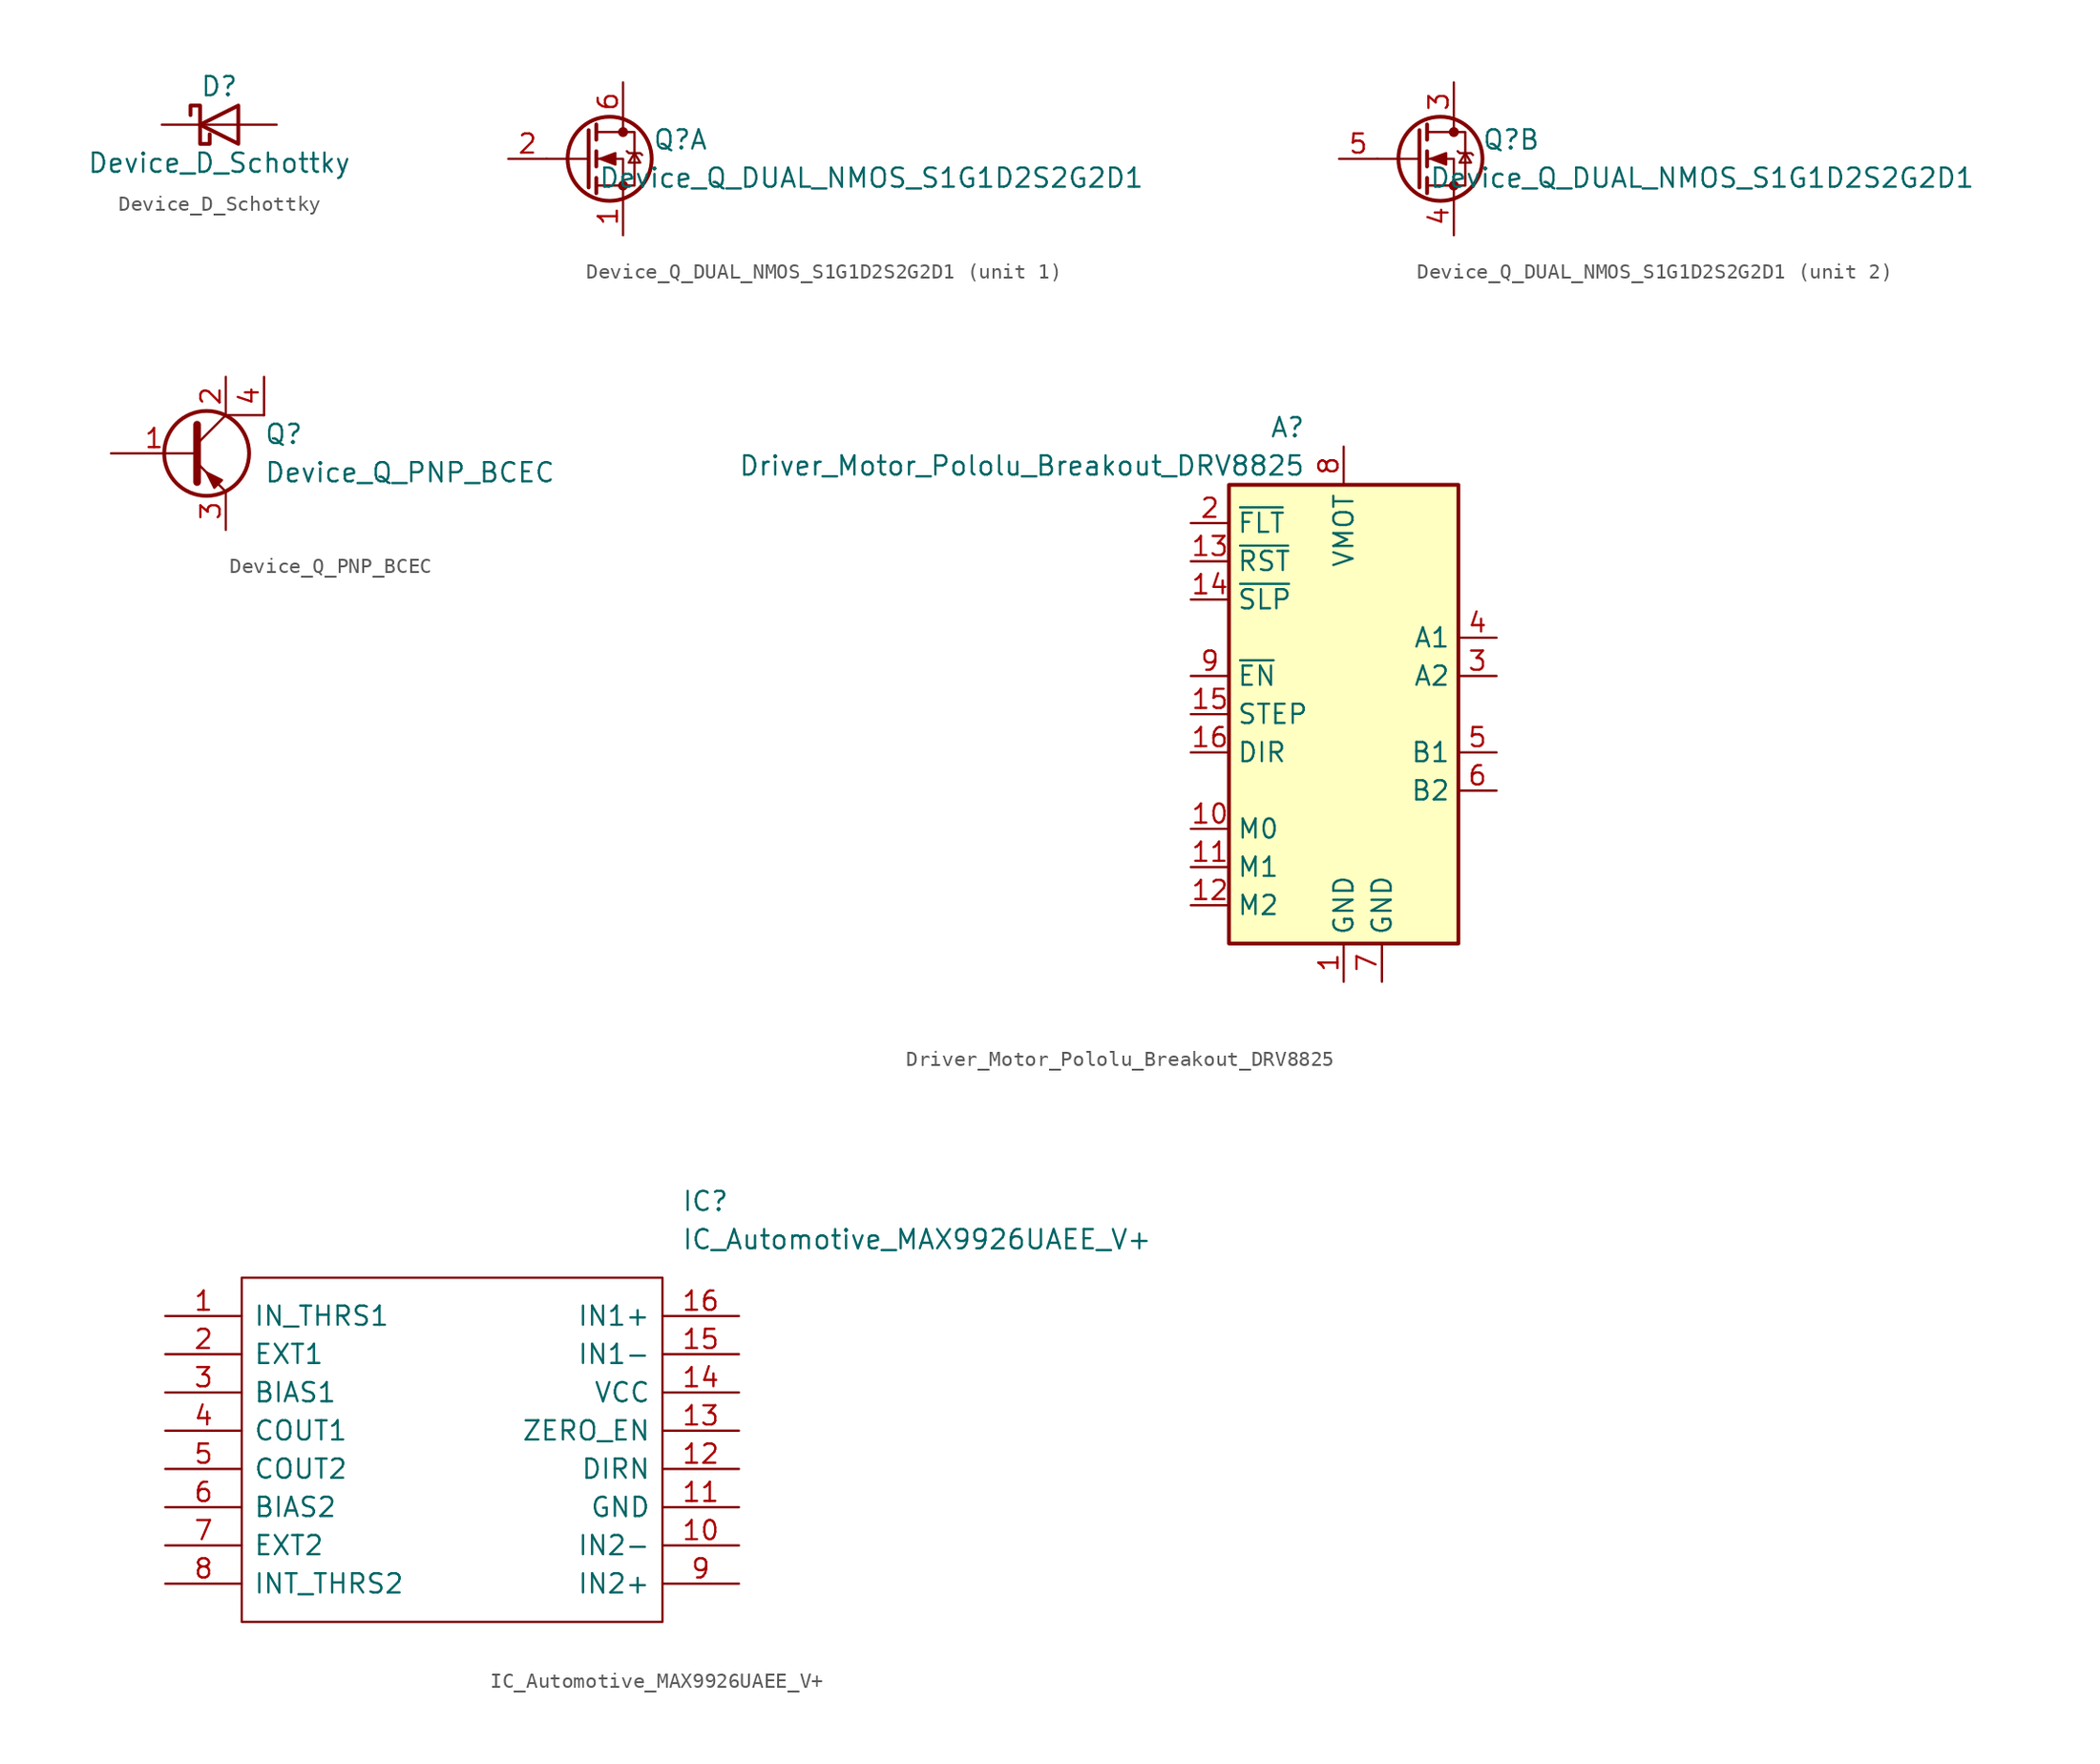
<source format=kicad_sym>
(kicad_symbol_lib
  (version 20241209)
  (generator "kicad_symbol_editor")
  (generator_version "9.0")
  (symbol "Device_D_Schottky"
    (pin_numbers
      (hide yes))
    (pin_names
      (offset 1.016)
      (hide yes))
    (property "Reference" "D"
      (at 0 2.54 0)
      (effects (font (size 1.27 1.27))))
    (property "Value" "Device_D_Schottky"
      (at 0 -2.54 0)
      (effects (font (size 1.27 1.27))))
    (symbol "Device_D_Schottky_0_1"
      (polyline (pts (xy -1.905 0.635) (xy -1.905 1.27) (xy -1.27 1.27) (xy -1.27 -1.27) (xy -0.635 -1.27) (xy -0.635 -0.635)) (stroke (width 0.254) (type solid)) (fill (type none)))
      (polyline (pts (xy 1.27 1.27) (xy 1.27 -1.27) (xy -1.27 0) (xy 1.27 1.27)) (stroke (width 0.254) (type solid)) (fill (type none)))
      (polyline (pts (xy 1.27 0) (xy -1.27 0)) (stroke (width 0) (type solid)) (fill (type none))))
    (symbol "Device_D_Schottky_1_1"
      (pin passive line (at -3.81 0 0) (length 2.54) (name "K" (effects (font (size 1.27 1.27)))) (number "1" (effects (font (size 1.27 1.27)))))
      (pin passive line (at 3.81 0 180) (length 2.54) (name "A" (effects (font (size 1.27 1.27)))) (number "2" (effects (font (size 1.27 1.27)))))))
  (symbol "Device_Q_DUAL_NMOS_S1G1D2S2G2D1"
    (pin_names
      (offset 0)
      (hide yes))
    (property "Reference" "Q"
      (at 6.35 1.27 0)
      (effects (font (size 1.27 1.27))))
    (property "Value" "Device_Q_DUAL_NMOS_S1G1D2S2G2D1"
      (at 19.05 -1.27 0)
      (effects (font (size 1.27 1.27))))
    (symbol "Device_Q_DUAL_NMOS_S1G1D2S2G2D1_0_1"
      (polyline (pts (xy 0.254 1.905) (xy 0.254 -1.905)) (stroke (width 0.254) (type solid)) (fill (type none)))
      (polyline (pts (xy 0.254 0) (xy -2.54 0)) (stroke (width 0) (type solid)) (fill (type none)))
      (polyline (pts (xy 0.762 2.286) (xy 0.762 1.27)) (stroke (width 0.254) (type solid)) (fill (type none)))
      (polyline (pts (xy 0.762 0.508) (xy 0.762 -0.508)) (stroke (width 0.254) (type solid)) (fill (type none)))
      (polyline (pts (xy 0.762 -1.27) (xy 0.762 -2.286)) (stroke (width 0.254) (type solid)) (fill (type none)))
      (polyline (pts (xy 0.762 -1.778) (xy 3.302 -1.778) (xy 3.302 1.778) (xy 0.762 1.778)) (stroke (width 0) (type solid)) (fill (type none)))
      (polyline (pts (xy 1.016 0) (xy 2.032 0.381) (xy 2.032 -0.381) (xy 1.016 0)) (stroke (width 0) (type solid)) (fill (type outline)))
      (circle (center 1.651 0) (radius 2.794) (stroke (width 0.254) (type solid)) (fill (type none)))
      (polyline (pts (xy 2.54 2.54) (xy 2.54 1.778)) (stroke (width 0) (type solid)) (fill (type none)))
      (circle (center 2.54 1.778) (radius 0.254) (stroke (width 0) (type solid)) (fill (type outline)))
      (circle (center 2.54 -1.778) (radius 0.254) (stroke (width 0) (type solid)) (fill (type outline)))
      (polyline (pts (xy 2.54 -2.54) (xy 2.54 0) (xy 0.762 0)) (stroke (width 0) (type solid)) (fill (type none)))
      (polyline (pts (xy 2.794 0.508) (xy 2.921 0.381) (xy 3.683 0.381) (xy 3.81 0.254)) (stroke (width 0) (type solid)) (fill (type none)))
      (polyline (pts (xy 3.302 0.381) (xy 2.921 -0.254) (xy 3.683 -0.254) (xy 3.302 0.381)) (stroke (width 0) (type solid)) (fill (type none))))
    (symbol "Device_Q_DUAL_NMOS_S1G1D2S2G2D1_1_1"
      (pin input line (at -5.08 0 0) (length 2.54) (name "G" (effects (font (size 1.27 1.27)))) (number "2" (effects (font (size 1.27 1.27)))))
      (pin passive line (at 2.54 5.08 270) (length 2.54) (name "D" (effects (font (size 1.27 1.27)))) (number "6" (effects (font (size 1.27 1.27)))))
      (pin passive line (at 2.54 -5.08 90) (length 2.54) (name "S" (effects (font (size 1.27 1.27)))) (number "1" (effects (font (size 1.27 1.27))))))
    (symbol "Device_Q_DUAL_NMOS_S1G1D2S2G2D1_2_1"
      (pin input line (at -5.08 0 0) (length 2.54) (name "G" (effects (font (size 1.27 1.27)))) (number "5" (effects (font (size 1.27 1.27)))))
      (pin passive line (at 2.54 5.08 270) (length 2.54) (name "D" (effects (font (size 1.27 1.27)))) (number "3" (effects (font (size 1.27 1.27)))))
      (pin passive line (at 2.54 -5.08 90) (length 2.54) (name "S" (effects (font (size 1.27 1.27)))) (number "4" (effects (font (size 1.27 1.27)))))))
  (symbol "Device_Q_PNP_BCEC"
    (pin_names
      (offset 0)
      (hide yes))
    (property "Reference" "Q"
      (at 5.08 1.27 0)
      (effects (font (size 1.27 1.27)) (justify left)))
    (property "Value" "Device_Q_PNP_BCEC"
      (at 5.08 -1.27 0)
      (effects (font (size 1.27 1.27)) (justify left)))
    (symbol "Device_Q_PNP_BCEC_0_1"
      (polyline (pts (xy 0.635 1.905) (xy 0.635 -1.905) (xy 0.635 -1.905)) (stroke (width 0.508) (type solid)) (fill (type none)))
      (polyline (pts (xy 0.635 0.635) (xy 2.54 2.54)) (stroke (width 0) (type solid)) (fill (type none)))
      (polyline (pts (xy 0.635 -0.635) (xy 2.54 -2.54) (xy 2.54 -2.54)) (stroke (width 0) (type solid)) (fill (type none)))
      (circle (center 1.27 0) (radius 2.819) (stroke (width 0.254) (type solid)) (fill (type none)))
      (polyline (pts (xy 2.286 -1.778) (xy 1.778 -2.286) (xy 1.27 -1.27) (xy 2.286 -1.778) (xy 2.286 -1.778)) (stroke (width 0) (type solid)) (fill (type outline)))
      (polyline (pts (xy 5.08 2.54) (xy 2.54 2.54)) (stroke (width 0) (type solid)) (fill (type none))))
    (symbol "Device_Q_PNP_BCEC_1_1"
      (pin input line (at -5.08 0 0) (length 5.715) (name "B" (effects (font (size 1.27 1.27)))) (number "1" (effects (font (size 1.27 1.27)))))
      (pin passive line (at 2.54 5.08 270) (length 2.54) (name "C" (effects (font (size 1.27 1.27)))) (number "2" (effects (font (size 1.27 1.27)))))
      (pin passive line (at 2.54 -5.08 90) (length 2.54) (name "E" (effects (font (size 1.27 1.27)))) (number "3" (effects (font (size 1.27 1.27)))))
      (pin passive line (at 5.08 5.08 270) (length 2.54) (name "C" (effects (font (size 1.27 1.27)))) (number "4" (effects (font (size 1.27 1.27)))))))
  (symbol "Driver_Motor_Pololu_Breakout_DRV8825"
    (property "Reference" "A"
      (at -2.54 16.51 0)
      (effects (font (size 1.27 1.27)) (justify right)))
    (property "Value" "Driver_Motor_Pololu_Breakout_DRV8825"
      (at -2.54 13.97 0)
      (effects (font (size 1.27 1.27)) (justify right)))
    (symbol "Driver_Motor_Pololu_Breakout_DRV8825_0_1"
      (rectangle (start 7.62 -17.78) (end -7.62 12.7) (stroke (width 0.254) (type solid)) (fill (type background))))
    (symbol "Driver_Motor_Pololu_Breakout_DRV8825_1_1"
      (pin output line (at -10.16 10.16 0) (length 2.54) (name "~{FLT}" (effects (font (size 1.27 1.27)))) (number "2" (effects (font (size 1.27 1.27)))))
      (pin input line (at -10.16 7.62 0) (length 2.54) (name "~{RST}" (effects (font (size 1.27 1.27)))) (number "13" (effects (font (size 1.27 1.27)))))
      (pin input line (at -10.16 5.08 0) (length 2.54) (name "~{SLP}" (effects (font (size 1.27 1.27)))) (number "14" (effects (font (size 1.27 1.27)))))
      (pin input line (at -10.16 0 0) (length 2.54) (name "~{EN}" (effects (font (size 1.27 1.27)))) (number "9" (effects (font (size 1.27 1.27)))))
      (pin input line (at -10.16 -2.54 0) (length 2.54) (name "STEP" (effects (font (size 1.27 1.27)))) (number "15" (effects (font (size 1.27 1.27)))))
      (pin input line (at -10.16 -5.08 0) (length 2.54) (name "DIR" (effects (font (size 1.27 1.27)))) (number "16" (effects (font (size 1.27 1.27)))))
      (pin input line (at -10.16 -10.16 0) (length 2.54) (name "M0" (effects (font (size 1.27 1.27)))) (number "10" (effects (font (size 1.27 1.27)))))
      (pin input line (at -10.16 -12.7 0) (length 2.54) (name "M1" (effects (font (size 1.27 1.27)))) (number "11" (effects (font (size 1.27 1.27)))))
      (pin input line (at -10.16 -15.24 0) (length 2.54) (name "M2" (effects (font (size 1.27 1.27)))) (number "12" (effects (font (size 1.27 1.27)))))
      (pin power_in line (at 0 15.24 270) (length 2.54) (name "VMOT" (effects (font (size 1.27 1.27)))) (number "8" (effects (font (size 1.27 1.27)))))
      (pin power_in line (at 0 -20.32 90) (length 2.54) (name "GND" (effects (font (size 1.27 1.27)))) (number "1" (effects (font (size 1.27 1.27)))))
      (pin power_in line (at 2.54 -20.32 90) (length 2.54) (name "GND" (effects (font (size 1.27 1.27)))) (number "7" (effects (font (size 1.27 1.27)))))
      (pin output line (at 10.16 2.54 180) (length 2.54) (name "A1" (effects (font (size 1.27 1.27)))) (number "4" (effects (font (size 1.27 1.27)))))
      (pin output line (at 10.16 0 180) (length 2.54) (name "A2" (effects (font (size 1.27 1.27)))) (number "3" (effects (font (size 1.27 1.27)))))
      (pin output line (at 10.16 -5.08 180) (length 2.54) (name "B1" (effects (font (size 1.27 1.27)))) (number "5" (effects (font (size 1.27 1.27)))))
      (pin output line (at 10.16 -7.62 180) (length 2.54) (name "B2" (effects (font (size 1.27 1.27)))) (number "6" (effects (font (size 1.27 1.27)))))))
  (symbol "IC_Automotive_MAX9926UAEE_V+"
    (pin_names
      (offset 0.762))
    (property "Reference" "IC"
      (at 34.29 7.62 0)
      (effects (font (size 1.27 1.27)) (justify left)))
    (property "Value" "IC_Automotive_MAX9926UAEE_V+"
      (at 34.29 5.08 0)
      (effects (font (size 1.27 1.27)) (justify left)))
    (symbol "IC_Automotive_MAX9926UAEE_V+_0_0"
      (pin input line (at 0 0 0) (length 5.08) (name "IN_THRS1" (effects (font (size 1.27 1.27)))) (number "1" (effects (font (size 1.27 1.27)))))
      (pin input line (at 0 -2.54 0) (length 5.08) (name "EXT1" (effects (font (size 1.27 1.27)))) (number "2" (effects (font (size 1.27 1.27)))))
      (pin input line (at 0 -5.08 0) (length 5.08) (name "BIAS1" (effects (font (size 1.27 1.27)))) (number "3" (effects (font (size 1.27 1.27)))))
      (pin output line (at 0 -7.62 0) (length 5.08) (name "COUT1" (effects (font (size 1.27 1.27)))) (number "4" (effects (font (size 1.27 1.27)))))
      (pin output line (at 0 -10.16 0) (length 5.08) (name "COUT2" (effects (font (size 1.27 1.27)))) (number "5" (effects (font (size 1.27 1.27)))))
      (pin input line (at 0 -12.7 0) (length 5.08) (name "BIAS2" (effects (font (size 1.27 1.27)))) (number "6" (effects (font (size 1.27 1.27)))))
      (pin input line (at 0 -15.24 0) (length 5.08) (name "EXT2" (effects (font (size 1.27 1.27)))) (number "7" (effects (font (size 1.27 1.27)))))
      (pin input line (at 0 -17.78 0) (length 5.08) (name "INT_THRS2" (effects (font (size 1.27 1.27)))) (number "8" (effects (font (size 1.27 1.27)))))
      (pin input line (at 38.1 0 180) (length 5.08) (name "IN1+" (effects (font (size 1.27 1.27)))) (number "16" (effects (font (size 1.27 1.27)))))
      (pin input line (at 38.1 -2.54 180) (length 5.08) (name "IN1-" (effects (font (size 1.27 1.27)))) (number "15" (effects (font (size 1.27 1.27)))))
      (pin power_in line (at 38.1 -5.08 180) (length 5.08) (name "VCC" (effects (font (size 1.27 1.27)))) (number "14" (effects (font (size 1.27 1.27)))))
      (pin input line (at 38.1 -7.62 180) (length 5.08) (name "ZERO_EN" (effects (font (size 1.27 1.27)))) (number "13" (effects (font (size 1.27 1.27)))))
      (pin output line (at 38.1 -10.16 180) (length 5.08) (name "DIRN" (effects (font (size 1.27 1.27)))) (number "12" (effects (font (size 1.27 1.27)))))
      (pin power_in line (at 38.1 -12.7 180) (length 5.08) (name "GND" (effects (font (size 1.27 1.27)))) (number "11" (effects (font (size 1.27 1.27)))))
      (pin input line (at 38.1 -15.24 180) (length 5.08) (name "IN2-" (effects (font (size 1.27 1.27)))) (number "10" (effects (font (size 1.27 1.27)))))
      (pin input line (at 38.1 -17.78 180) (length 5.08) (name "IN2+" (effects (font (size 1.27 1.27)))) (number "9" (effects (font (size 1.27 1.27))))))
    (symbol "IC_Automotive_MAX9926UAEE_V+_0_1"
      (polyline (pts (xy 5.08 2.54) (xy 33.02 2.54) (xy 33.02 -20.32) (xy 5.08 -20.32) (xy 5.08 2.54)) (stroke (width 0.152) (type solid)) (fill (type none))))))
</source>
